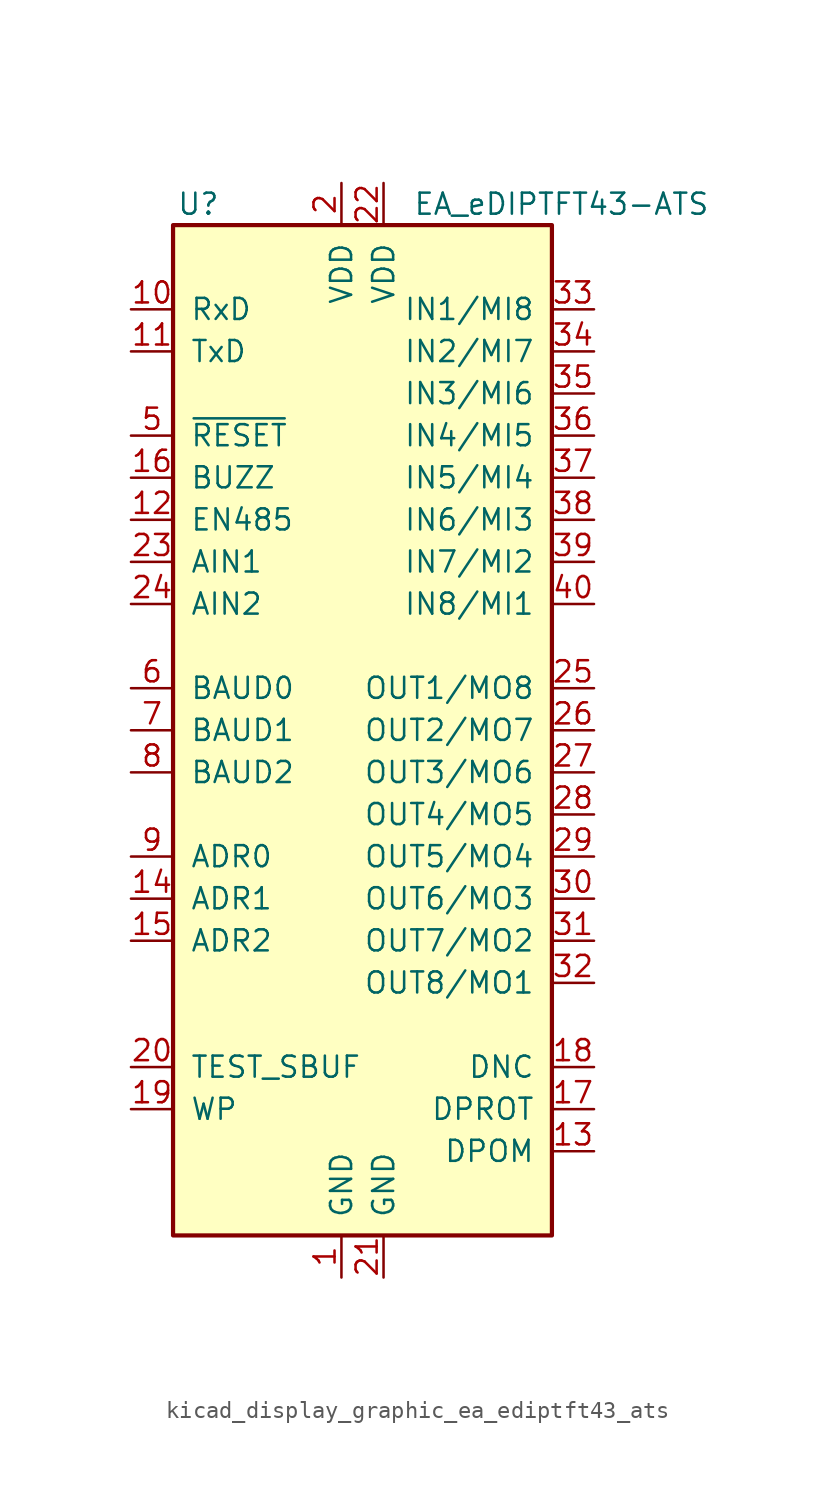
<source format=kicad_sym>
(kicad_symbol_lib
  (version 20220914)
  (generator kicad_symbol_editor)
  (symbol "kicad_display_graphic_ea_ediptft43_ats"
    (pin_names
      (offset 1.016))
    (property "Reference" "U"
      (at -11.176 31.75 0)
      (effects (font (size 1.27 1.27))))
    (property "Value" "EA_eDIPTFT43-ATS"
      (at 1.778 31.75 0)
      (effects (font (size 1.27 1.27)) (justify left)))
    (symbol "kicad_display_graphic_ea_ediptft43_ats_0_1"
      (rectangle (start -12.7 30.48) (end 10.16 -30.48) (stroke (width 0.254) (type default)) (fill (type background))))
    (symbol "kicad_display_graphic_ea_ediptft43_ats_1_1"
      (pin power_in line (at -2.54 -33.02 90) (length 2.54) (name "GND" (effects (font (size 1.27 1.27)))) (number "1" (effects (font (size 1.27 1.27)))))
      (pin input line (at -15.24 25.4 0) (length 2.54) (name "RxD" (effects (font (size 1.27 1.27)))) (number "10" (effects (font (size 1.27 1.27)))))
      (pin output line (at -15.24 22.86 0) (length 2.54) (name "TxD" (effects (font (size 1.27 1.27)))) (number "11" (effects (font (size 1.27 1.27)))))
      (pin output line (at -15.24 12.7 0) (length 2.54) (name "EN485" (effects (font (size 1.27 1.27)))) (number "12" (effects (font (size 1.27 1.27)))))
      (pin input line (at 12.7 -25.4 180) (length 2.54) (name "DPOM" (effects (font (size 1.27 1.27)))) (number "13" (effects (font (size 1.27 1.27)))))
      (pin input line (at -15.24 -10.16 0) (length 2.54) (name "ADR1" (effects (font (size 1.27 1.27)))) (number "14" (effects (font (size 1.27 1.27)))))
      (pin input line (at -15.24 -12.7 0) (length 2.54) (name "ADR2" (effects (font (size 1.27 1.27)))) (number "15" (effects (font (size 1.27 1.27)))))
      (pin output line (at -15.24 15.24 0) (length 2.54) (name "BUZZ" (effects (font (size 1.27 1.27)))) (number "16" (effects (font (size 1.27 1.27)))))
      (pin input line (at 12.7 -22.86 180) (length 2.54) (name "DPROT" (effects (font (size 1.27 1.27)))) (number "17" (effects (font (size 1.27 1.27)))))
      (pin output line (at 12.7 -20.32 180) (length 2.54) (name "DNC" (effects (font (size 1.27 1.27)))) (number "18" (effects (font (size 1.27 1.27)))))
      (pin input line (at -15.24 -22.86 0) (length 2.54) (name "WP" (effects (font (size 1.27 1.27)))) (number "19" (effects (font (size 1.27 1.27)))))
      (pin power_in line (at -2.54 33.02 270) (length 2.54) (name "VDD" (effects (font (size 1.27 1.27)))) (number "2" (effects (font (size 1.27 1.27)))))
      (pin bidirectional line (at -15.24 -20.32 0) (length 2.54) (name "TEST_SBUF" (effects (font (size 1.27 1.27)))) (number "20" (effects (font (size 1.27 1.27)))))
      (pin power_in line (at 0 -33.02 90) (length 2.54) (name "GND" (effects (font (size 1.27 1.27)))) (number "21" (effects (font (size 1.27 1.27)))))
      (pin power_in line (at 0 33.02 270) (length 2.54) (name "VDD" (effects (font (size 1.27 1.27)))) (number "22" (effects (font (size 1.27 1.27)))))
      (pin input line (at -15.24 10.16 0) (length 2.54) (name "AIN1" (effects (font (size 1.27 1.27)))) (number "23" (effects (font (size 1.27 1.27)))))
      (pin input line (at -15.24 7.62 0) (length 2.54) (name "AIN2" (effects (font (size 1.27 1.27)))) (number "24" (effects (font (size 1.27 1.27)))))
      (pin output line (at 12.7 2.54 180) (length 2.54) (name "OUT1/MO8" (effects (font (size 1.27 1.27)))) (number "25" (effects (font (size 1.27 1.27)))))
      (pin output line (at 12.7 0 180) (length 2.54) (name "OUT2/MO7" (effects (font (size 1.27 1.27)))) (number "26" (effects (font (size 1.27 1.27)))))
      (pin output line (at 12.7 -2.54 180) (length 2.54) (name "OUT3/MO6" (effects (font (size 1.27 1.27)))) (number "27" (effects (font (size 1.27 1.27)))))
      (pin output line (at 12.7 -5.08 180) (length 2.54) (name "OUT4/MO5" (effects (font (size 1.27 1.27)))) (number "28" (effects (font (size 1.27 1.27)))))
      (pin output line (at 12.7 -7.62 180) (length 2.54) (name "OUT5/MO4" (effects (font (size 1.27 1.27)))) (number "29" (effects (font (size 1.27 1.27)))))
      (pin no_connect line (at 10.16 -27.94 180) (length 2.54) hide (name "NC" (effects (font (size 1.27 1.27)))) (number "3" (effects (font (size 1.27 1.27)))))
      (pin output line (at 12.7 -10.16 180) (length 2.54) (name "OUT6/MO3" (effects (font (size 1.27 1.27)))) (number "30" (effects (font (size 1.27 1.27)))))
      (pin output line (at 12.7 -12.7 180) (length 2.54) (name "OUT7/MO2" (effects (font (size 1.27 1.27)))) (number "31" (effects (font (size 1.27 1.27)))))
      (pin output line (at 12.7 -15.24 180) (length 2.54) (name "OUT8/MO1" (effects (font (size 1.27 1.27)))) (number "32" (effects (font (size 1.27 1.27)))))
      (pin input line (at 12.7 25.4 180) (length 2.54) (name "IN1/MI8" (effects (font (size 1.27 1.27)))) (number "33" (effects (font (size 1.27 1.27)))))
      (pin input line (at 12.7 22.86 180) (length 2.54) (name "IN2/MI7" (effects (font (size 1.27 1.27)))) (number "34" (effects (font (size 1.27 1.27)))))
      (pin input line (at 12.7 20.32 180) (length 2.54) (name "IN3/MI6" (effects (font (size 1.27 1.27)))) (number "35" (effects (font (size 1.27 1.27)))))
      (pin input line (at 12.7 17.78 180) (length 2.54) (name "IN4/MI5" (effects (font (size 1.27 1.27)))) (number "36" (effects (font (size 1.27 1.27)))))
      (pin input line (at 12.7 15.24 180) (length 2.54) (name "IN5/MI4" (effects (font (size 1.27 1.27)))) (number "37" (effects (font (size 1.27 1.27)))))
      (pin input line (at 12.7 12.7 180) (length 2.54) (name "IN6/MI3" (effects (font (size 1.27 1.27)))) (number "38" (effects (font (size 1.27 1.27)))))
      (pin input line (at 12.7 10.16 180) (length 2.54) (name "IN7/MI2" (effects (font (size 1.27 1.27)))) (number "39" (effects (font (size 1.27 1.27)))))
      (pin no_connect line (at -12.7 -27.94 0) (length 2.54) hide (name "NC" (effects (font (size 1.27 1.27)))) (number "4" (effects (font (size 1.27 1.27)))))
      (pin input line (at 12.7 7.62 180) (length 2.54) (name "IN8/MI1" (effects (font (size 1.27 1.27)))) (number "40" (effects (font (size 1.27 1.27)))))
      (pin input line (at -15.24 17.78 0) (length 2.54) (name "~{RESET}" (effects (font (size 1.27 1.27)))) (number "5" (effects (font (size 1.27 1.27)))))
      (pin input line (at -15.24 2.54 0) (length 2.54) (name "BAUD0" (effects (font (size 1.27 1.27)))) (number "6" (effects (font (size 1.27 1.27)))))
      (pin input line (at -15.24 0 0) (length 2.54) (name "BAUD1" (effects (font (size 1.27 1.27)))) (number "7" (effects (font (size 1.27 1.27)))))
      (pin input line (at -15.24 -2.54 0) (length 2.54) (name "BAUD2" (effects (font (size 1.27 1.27)))) (number "8" (effects (font (size 1.27 1.27)))))
      (pin input line (at -15.24 -7.62 0) (length 2.54) (name "ADR0" (effects (font (size 1.27 1.27)))) (number "9" (effects (font (size 1.27 1.27))))))))
</source>
